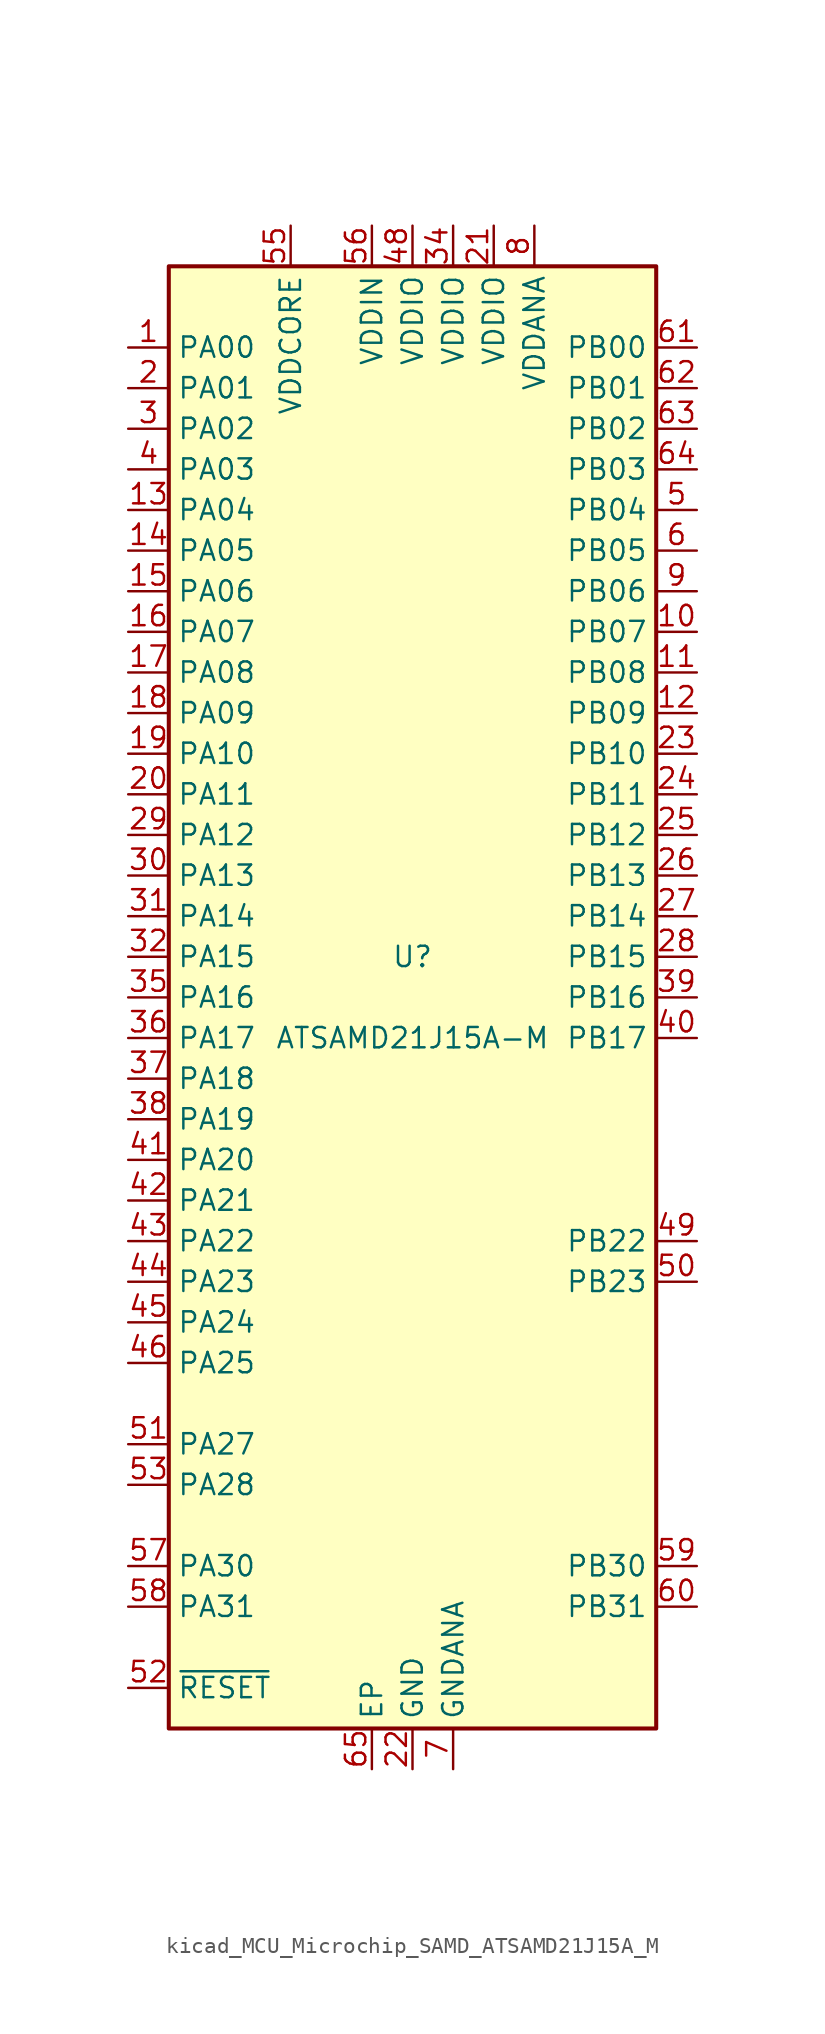
<source format=kicad_sym>
(kicad_symbol_lib
  (version 20220914)
  (generator kicad_symbol_editor)
  (symbol "kicad_MCU_Microchip_SAMD_ATSAMD21J15A_M"
    (property "Reference" "U"
      (at 0 2.54 0)
      (effects (font (size 1.27 1.27))))
    (property "Value" "ATSAMD21J15A-M"
      (at 0 -2.54 0)
      (effects (font (size 1.27 1.27))))
    (symbol "kicad_MCU_Microchip_SAMD_ATSAMD21J15A_M_0_1"
      (rectangle (start -15.24 45.72) (end 15.24 -45.72) (stroke (width 0.254) (type default)) (fill (type background))))
    (symbol "kicad_MCU_Microchip_SAMD_ATSAMD21J15A_M_1_1"
      (pin bidirectional line (at -17.78 40.64 0) (length 2.54) (name "PA00" (effects (font (size 1.27 1.27)))) (number "1" (effects (font (size 1.27 1.27)))))
      (pin bidirectional line (at 17.78 22.86 180) (length 2.54) (name "PB07" (effects (font (size 1.27 1.27)))) (number "10" (effects (font (size 1.27 1.27)))))
      (pin bidirectional line (at 17.78 20.32 180) (length 2.54) (name "PB08" (effects (font (size 1.27 1.27)))) (number "11" (effects (font (size 1.27 1.27)))))
      (pin bidirectional line (at 17.78 17.78 180) (length 2.54) (name "PB09" (effects (font (size 1.27 1.27)))) (number "12" (effects (font (size 1.27 1.27)))))
      (pin bidirectional line (at -17.78 30.48 0) (length 2.54) (name "PA04" (effects (font (size 1.27 1.27)))) (number "13" (effects (font (size 1.27 1.27)))))
      (pin bidirectional line (at -17.78 27.94 0) (length 2.54) (name "PA05" (effects (font (size 1.27 1.27)))) (number "14" (effects (font (size 1.27 1.27)))))
      (pin bidirectional line (at -17.78 25.4 0) (length 2.54) (name "PA06" (effects (font (size 1.27 1.27)))) (number "15" (effects (font (size 1.27 1.27)))))
      (pin bidirectional line (at -17.78 22.86 0) (length 2.54) (name "PA07" (effects (font (size 1.27 1.27)))) (number "16" (effects (font (size 1.27 1.27)))))
      (pin bidirectional line (at -17.78 20.32 0) (length 2.54) (name "PA08" (effects (font (size 1.27 1.27)))) (number "17" (effects (font (size 1.27 1.27)))))
      (pin bidirectional line (at -17.78 17.78 0) (length 2.54) (name "PA09" (effects (font (size 1.27 1.27)))) (number "18" (effects (font (size 1.27 1.27)))))
      (pin bidirectional line (at -17.78 15.24 0) (length 2.54) (name "PA10" (effects (font (size 1.27 1.27)))) (number "19" (effects (font (size 1.27 1.27)))))
      (pin bidirectional line (at -17.78 38.1 0) (length 2.54) (name "PA01" (effects (font (size 1.27 1.27)))) (number "2" (effects (font (size 1.27 1.27)))))
      (pin bidirectional line (at -17.78 12.7 0) (length 2.54) (name "PA11" (effects (font (size 1.27 1.27)))) (number "20" (effects (font (size 1.27 1.27)))))
      (pin power_in line (at 5.08 48.26 270) (length 2.54) (name "VDDIO" (effects (font (size 1.27 1.27)))) (number "21" (effects (font (size 1.27 1.27)))))
      (pin power_in line (at 0 -48.26 90) (length 2.54) (name "GND" (effects (font (size 1.27 1.27)))) (number "22" (effects (font (size 1.27 1.27)))))
      (pin bidirectional line (at 17.78 15.24 180) (length 2.54) (name "PB10" (effects (font (size 1.27 1.27)))) (number "23" (effects (font (size 1.27 1.27)))))
      (pin bidirectional line (at 17.78 12.7 180) (length 2.54) (name "PB11" (effects (font (size 1.27 1.27)))) (number "24" (effects (font (size 1.27 1.27)))))
      (pin bidirectional line (at 17.78 10.16 180) (length 2.54) (name "PB12" (effects (font (size 1.27 1.27)))) (number "25" (effects (font (size 1.27 1.27)))))
      (pin bidirectional line (at 17.78 7.62 180) (length 2.54) (name "PB13" (effects (font (size 1.27 1.27)))) (number "26" (effects (font (size 1.27 1.27)))))
      (pin bidirectional line (at 17.78 5.08 180) (length 2.54) (name "PB14" (effects (font (size 1.27 1.27)))) (number "27" (effects (font (size 1.27 1.27)))))
      (pin bidirectional line (at 17.78 2.54 180) (length 2.54) (name "PB15" (effects (font (size 1.27 1.27)))) (number "28" (effects (font (size 1.27 1.27)))))
      (pin bidirectional line (at -17.78 10.16 0) (length 2.54) (name "PA12" (effects (font (size 1.27 1.27)))) (number "29" (effects (font (size 1.27 1.27)))))
      (pin bidirectional line (at -17.78 35.56 0) (length 2.54) (name "PA02" (effects (font (size 1.27 1.27)))) (number "3" (effects (font (size 1.27 1.27)))))
      (pin bidirectional line (at -17.78 7.62 0) (length 2.54) (name "PA13" (effects (font (size 1.27 1.27)))) (number "30" (effects (font (size 1.27 1.27)))))
      (pin bidirectional line (at -17.78 5.08 0) (length 2.54) (name "PA14" (effects (font (size 1.27 1.27)))) (number "31" (effects (font (size 1.27 1.27)))))
      (pin bidirectional line (at -17.78 2.54 0) (length 2.54) (name "PA15" (effects (font (size 1.27 1.27)))) (number "32" (effects (font (size 1.27 1.27)))))
      (pin passive line (at 0 -48.26 90) (length 2.54) hide (name "GND" (effects (font (size 1.27 1.27)))) (number "33" (effects (font (size 1.27 1.27)))))
      (pin power_in line (at 2.54 48.26 270) (length 2.54) (name "VDDIO" (effects (font (size 1.27 1.27)))) (number "34" (effects (font (size 1.27 1.27)))))
      (pin bidirectional line (at -17.78 0 0) (length 2.54) (name "PA16" (effects (font (size 1.27 1.27)))) (number "35" (effects (font (size 1.27 1.27)))))
      (pin bidirectional line (at -17.78 -2.54 0) (length 2.54) (name "PA17" (effects (font (size 1.27 1.27)))) (number "36" (effects (font (size 1.27 1.27)))))
      (pin bidirectional line (at -17.78 -5.08 0) (length 2.54) (name "PA18" (effects (font (size 1.27 1.27)))) (number "37" (effects (font (size 1.27 1.27)))))
      (pin bidirectional line (at -17.78 -7.62 0) (length 2.54) (name "PA19" (effects (font (size 1.27 1.27)))) (number "38" (effects (font (size 1.27 1.27)))))
      (pin bidirectional line (at 17.78 0 180) (length 2.54) (name "PB16" (effects (font (size 1.27 1.27)))) (number "39" (effects (font (size 1.27 1.27)))))
      (pin bidirectional line (at -17.78 33.02 0) (length 2.54) (name "PA03" (effects (font (size 1.27 1.27)))) (number "4" (effects (font (size 1.27 1.27)))))
      (pin bidirectional line (at 17.78 -2.54 180) (length 2.54) (name "PB17" (effects (font (size 1.27 1.27)))) (number "40" (effects (font (size 1.27 1.27)))))
      (pin bidirectional line (at -17.78 -10.16 0) (length 2.54) (name "PA20" (effects (font (size 1.27 1.27)))) (number "41" (effects (font (size 1.27 1.27)))))
      (pin bidirectional line (at -17.78 -12.7 0) (length 2.54) (name "PA21" (effects (font (size 1.27 1.27)))) (number "42" (effects (font (size 1.27 1.27)))))
      (pin bidirectional line (at -17.78 -15.24 0) (length 2.54) (name "PA22" (effects (font (size 1.27 1.27)))) (number "43" (effects (font (size 1.27 1.27)))))
      (pin bidirectional line (at -17.78 -17.78 0) (length 2.54) (name "PA23" (effects (font (size 1.27 1.27)))) (number "44" (effects (font (size 1.27 1.27)))))
      (pin bidirectional line (at -17.78 -20.32 0) (length 2.54) (name "PA24" (effects (font (size 1.27 1.27)))) (number "45" (effects (font (size 1.27 1.27)))))
      (pin bidirectional line (at -17.78 -22.86 0) (length 2.54) (name "PA25" (effects (font (size 1.27 1.27)))) (number "46" (effects (font (size 1.27 1.27)))))
      (pin passive line (at 0 -48.26 90) (length 2.54) hide (name "GND" (effects (font (size 1.27 1.27)))) (number "47" (effects (font (size 1.27 1.27)))))
      (pin power_in line (at 0 48.26 270) (length 2.54) (name "VDDIO" (effects (font (size 1.27 1.27)))) (number "48" (effects (font (size 1.27 1.27)))))
      (pin bidirectional line (at 17.78 -15.24 180) (length 2.54) (name "PB22" (effects (font (size 1.27 1.27)))) (number "49" (effects (font (size 1.27 1.27)))))
      (pin bidirectional line (at 17.78 30.48 180) (length 2.54) (name "PB04" (effects (font (size 1.27 1.27)))) (number "5" (effects (font (size 1.27 1.27)))))
      (pin bidirectional line (at 17.78 -17.78 180) (length 2.54) (name "PB23" (effects (font (size 1.27 1.27)))) (number "50" (effects (font (size 1.27 1.27)))))
      (pin bidirectional line (at -17.78 -27.94 0) (length 2.54) (name "PA27" (effects (font (size 1.27 1.27)))) (number "51" (effects (font (size 1.27 1.27)))))
      (pin input line (at -17.78 -43.18 0) (length 2.54) (name "~{RESET}" (effects (font (size 1.27 1.27)))) (number "52" (effects (font (size 1.27 1.27)))))
      (pin bidirectional line (at -17.78 -30.48 0) (length 2.54) (name "PA28" (effects (font (size 1.27 1.27)))) (number "53" (effects (font (size 1.27 1.27)))))
      (pin passive line (at 0 -48.26 90) (length 2.54) hide (name "GND" (effects (font (size 1.27 1.27)))) (number "54" (effects (font (size 1.27 1.27)))))
      (pin power_out line (at -7.62 48.26 270) (length 2.54) (name "VDDCORE" (effects (font (size 1.27 1.27)))) (number "55" (effects (font (size 1.27 1.27)))))
      (pin power_in line (at -2.54 48.26 270) (length 2.54) (name "VDDIN" (effects (font (size 1.27 1.27)))) (number "56" (effects (font (size 1.27 1.27)))))
      (pin bidirectional line (at -17.78 -35.56 0) (length 2.54) (name "PA30" (effects (font (size 1.27 1.27)))) (number "57" (effects (font (size 1.27 1.27)))))
      (pin bidirectional line (at -17.78 -38.1 0) (length 2.54) (name "PA31" (effects (font (size 1.27 1.27)))) (number "58" (effects (font (size 1.27 1.27)))))
      (pin bidirectional line (at 17.78 -35.56 180) (length 2.54) (name "PB30" (effects (font (size 1.27 1.27)))) (number "59" (effects (font (size 1.27 1.27)))))
      (pin bidirectional line (at 17.78 27.94 180) (length 2.54) (name "PB05" (effects (font (size 1.27 1.27)))) (number "6" (effects (font (size 1.27 1.27)))))
      (pin bidirectional line (at 17.78 -38.1 180) (length 2.54) (name "PB31" (effects (font (size 1.27 1.27)))) (number "60" (effects (font (size 1.27 1.27)))))
      (pin bidirectional line (at 17.78 40.64 180) (length 2.54) (name "PB00" (effects (font (size 1.27 1.27)))) (number "61" (effects (font (size 1.27 1.27)))))
      (pin bidirectional line (at 17.78 38.1 180) (length 2.54) (name "PB01" (effects (font (size 1.27 1.27)))) (number "62" (effects (font (size 1.27 1.27)))))
      (pin bidirectional line (at 17.78 35.56 180) (length 2.54) (name "PB02" (effects (font (size 1.27 1.27)))) (number "63" (effects (font (size 1.27 1.27)))))
      (pin bidirectional line (at 17.78 33.02 180) (length 2.54) (name "PB03" (effects (font (size 1.27 1.27)))) (number "64" (effects (font (size 1.27 1.27)))))
      (pin passive line (at -2.54 -48.26 90) (length 2.54) (name "EP" (effects (font (size 1.27 1.27)))) (number "65" (effects (font (size 1.27 1.27)))))
      (pin power_in line (at 2.54 -48.26 90) (length 2.54) (name "GNDANA" (effects (font (size 1.27 1.27)))) (number "7" (effects (font (size 1.27 1.27)))))
      (pin power_in line (at 7.62 48.26 270) (length 2.54) (name "VDDANA" (effects (font (size 1.27 1.27)))) (number "8" (effects (font (size 1.27 1.27)))))
      (pin bidirectional line (at 17.78 25.4 180) (length 2.54) (name "PB06" (effects (font (size 1.27 1.27)))) (number "9" (effects (font (size 1.27 1.27))))))))
</source>
